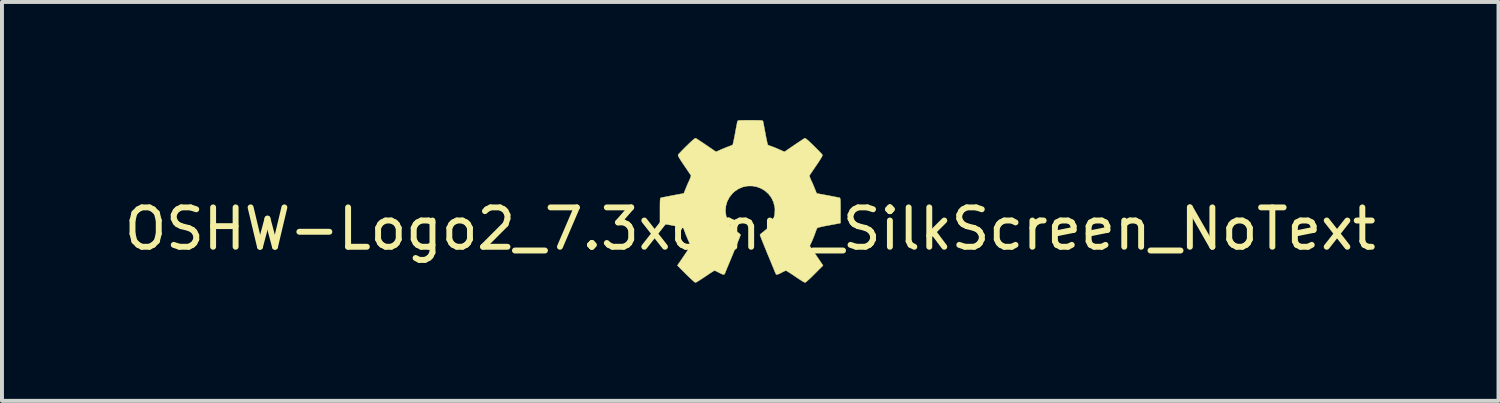
<source format=kicad_pcb>
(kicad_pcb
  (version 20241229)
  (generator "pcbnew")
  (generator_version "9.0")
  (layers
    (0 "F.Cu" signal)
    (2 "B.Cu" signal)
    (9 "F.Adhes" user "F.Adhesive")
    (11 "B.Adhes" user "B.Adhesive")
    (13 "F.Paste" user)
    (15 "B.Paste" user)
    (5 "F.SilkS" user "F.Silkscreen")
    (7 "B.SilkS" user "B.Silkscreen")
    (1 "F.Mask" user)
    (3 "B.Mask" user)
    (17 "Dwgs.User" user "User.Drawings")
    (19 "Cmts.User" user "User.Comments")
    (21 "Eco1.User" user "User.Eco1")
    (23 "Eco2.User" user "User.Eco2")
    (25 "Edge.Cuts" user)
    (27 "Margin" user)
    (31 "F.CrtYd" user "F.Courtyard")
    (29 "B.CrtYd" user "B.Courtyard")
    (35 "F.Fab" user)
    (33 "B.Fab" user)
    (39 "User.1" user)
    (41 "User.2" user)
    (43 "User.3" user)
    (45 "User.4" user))
  (footprint "OSHW-Logo2_7.3x6mm_SilkScreen_NoText"
    (layer "F.Cu")
    (at 16.006 2.763)
    (property "Reference" "OSHW-Logo2_7.3x6mm_SilkScreen_NoText" (at 0 0 0) (layer "F.SilkS") (effects (font (size 1 1) (thickness 0.15))))
    (attr exclude_from_pos_files exclude_from_bom)
    (fp_poly (pts (xy 0.104 -2.758) (xy 0.182 -2.757) (xy 0.239 -2.756) (xy 0.278 -2.754) (xy 0.303 -2.75) (xy 0.316 -2.744) (xy 0.323 -2.737) (xy 0.326 -2.726) (xy 0.327 -2.725) (xy 0.332 -2.701) (xy 0.341 -2.653) (xy 0.353 -2.587) (xy 0.368 -2.508) (xy 0.385 -2.42) (xy 0.385 -2.417) (xy 0.401 -2.331) (xy 0.417 -2.255) (xy 0.43 -2.194) (xy 0.44 -2.152) (xy 0.446 -2.133) (xy 0.447 -2.133) (xy 0.465 -2.124) (xy 0.502 -2.109) (xy 0.551 -2.091) (xy 0.552 -2.091) (xy 0.613 -2.068) (xy 0.686 -2.038) (xy 0.754 -2.008) (xy 0.757 -2.007) (xy 0.869 -1.956) (xy 1.115 -2.125) (xy 1.191 -2.176) (xy 1.26 -2.222) (xy 1.317 -2.26) (xy 1.359 -2.287) (xy 1.383 -2.301) (xy 1.385 -2.302) (xy 1.402 -2.298) (xy 1.434 -2.275) (xy 1.481 -2.235) (xy 1.546 -2.174) (xy 1.612 -2.11) (xy 1.676 -2.046) (xy 1.733 -1.989) (xy 1.78 -1.94) (xy 1.814 -1.904) (xy 1.83 -1.884) (xy 1.831 -1.883) (xy 1.833 -1.869) (xy 1.826 -1.847) (xy 1.809 -1.814) (xy 1.779 -1.765) (xy 1.737 -1.699) (xy 1.679 -1.614) (xy 1.629 -1.54) (xy 1.583 -1.473) (xy 1.546 -1.417) (xy 1.519 -1.378) (xy 1.506 -1.357) (xy 1.505 -1.356) (xy 1.507 -1.336) (xy 1.519 -1.298) (xy 1.54 -1.248) (xy 1.547 -1.232) (xy 1.58 -1.162) (xy 1.614 -1.082) (xy 1.642 -1.012) (xy 1.663 -0.961) (xy 1.679 -0.922) (xy 1.688 -0.901) (xy 1.689 -0.9) (xy 1.706 -0.897) (xy 1.746 -0.89) (xy 1.804 -0.879) (xy 1.875 -0.866) (xy 1.952 -0.852) (xy 2.032 -0.837) (xy 2.107 -0.822) (xy 2.174 -0.809) (xy 2.227 -0.799) (xy 2.26 -0.792) (xy 2.268 -0.79) (xy 2.276 -0.785) (xy 2.283 -0.774) (xy 2.287 -0.754) (xy 2.29 -0.72) (xy 2.292 -0.67) (xy 2.293 -0.599) (xy 2.293 -0.504) (xy 2.293 -0.465) (xy 2.293 -0.147) (xy 2.217 -0.132) (xy 2.175 -0.124) (xy 2.111 -0.112) (xy 2.035 -0.098) (xy 1.953 -0.083) (xy 1.93 -0.079) (xy 1.855 -0.064) (xy 1.789 -0.049) (xy 1.738 -0.037) (xy 1.709 -0.027) (xy 1.704 -0.024) (xy 1.691 -0.003) (xy 1.674 0.038) (xy 1.655 0.09) (xy 1.651 0.102) (xy 1.625 0.172) (xy 1.594 0.25) (xy 1.563 0.321) (xy 1.563 0.322) (xy 1.511 0.433) (xy 1.68 0.681) (xy 1.849 0.93) (xy 1.632 1.147) (xy 1.567 1.212) (xy 1.507 1.269) (xy 1.456 1.315) (xy 1.418 1.348) (xy 1.396 1.363) (xy 1.392 1.364) (xy 1.374 1.356) (xy 1.335 1.335) (xy 1.281 1.301) (xy 1.216 1.259) (xy 1.146 1.212) (xy 1.075 1.164) (xy 1.011 1.122) (xy 0.959 1.089) (xy 0.923 1.067) (xy 0.907 1.06) (xy 0.887 1.066) (xy 0.85 1.083) (xy 0.803 1.107) (xy 0.798 1.11) (xy 0.734 1.142) (xy 0.69 1.158) (xy 0.663 1.158) (xy 0.649 1.143) (xy 0.649 1.143) (xy 0.642 1.126) (xy 0.625 1.085) (xy 0.6 1.024) (xy 0.567 0.945) (xy 0.529 0.852) (xy 0.486 0.748) (xy 0.444 0.648) (xy 0.399 0.537) (xy 0.357 0.434) (xy 0.32 0.342) (xy 0.289 0.265) (xy 0.266 0.206) (xy 0.251 0.167) (xy 0.247 0.153) (xy 0.258 0.136) (xy 0.287 0.11) (xy 0.326 0.081) (xy 0.437 -0.011) (xy 0.523 -0.116) (xy 0.585 -0.233) (xy 0.62 -0.358) (xy 0.628 -0.49) (xy 0.622 -0.552) (xy 0.591 -0.678) (xy 0.538 -0.79) (xy 0.466 -0.886) (xy 0.378 -0.965) (xy 0.278 -1.026) (xy 0.168 -1.067) (xy 0.053 -1.089) (xy -0.065 -1.088) (xy -0.181 -1.066) (xy -0.294 -1.019) (xy -0.4 -0.948) (xy -0.444 -0.908) (xy -0.528 -0.805) (xy -0.587 -0.692) (xy -0.62 -0.573) (xy -0.629 -0.451) (xy -0.613 -0.329) (xy -0.573 -0.211) (xy -0.51 -0.1) (xy -0.423 0.002) (xy -0.326 0.081) (xy -0.286 0.111) (xy -0.257 0.137) (xy -0.247 0.153) (xy -0.252 0.17) (xy -0.267 0.21) (xy -0.291 0.272) (xy -0.323 0.35) (xy -0.36 0.443) (xy -0.403 0.546) (xy -0.444 0.648) (xy -0.49 0.759) (xy -0.533 0.862) (xy -0.571 0.953) (xy -0.603 1.03) (xy -0.627 1.09) (xy -0.643 1.129) (xy -0.649 1.143) (xy -0.663 1.158) (xy -0.69 1.158) (xy -0.734 1.142) (xy -0.797 1.11) (xy -0.798 1.11) (xy -0.845 1.085) (xy -0.884 1.067) (xy -0.906 1.06) (xy -0.907 1.06) (xy -0.923 1.067) (xy -0.96 1.089) (xy -1.012 1.122) (xy -1.075 1.164) (xy -1.146 1.212) (xy -1.218 1.26) (xy -1.283 1.302) (xy -1.336 1.335) (xy -1.374 1.357) (xy -1.392 1.364) (xy -1.409 1.354) (xy -1.443 1.327) (xy -1.49 1.284) (xy -1.547 1.231) (xy -1.612 1.168) (xy -1.633 1.147) (xy -1.85 0.93) (xy -1.684 0.687) (xy -1.634 0.613) (xy -1.59 0.546) (xy -1.555 0.491) (xy -1.53 0.451) (xy -1.519 0.43) (xy -1.519 0.429) (xy -1.525 0.409) (xy -1.54 0.37) (xy -1.562 0.317) (xy -1.578 0.282) (xy -1.607 0.215) (xy -1.635 0.147) (xy -1.656 0.09) (xy -1.662 0.073) (xy -1.679 0.026) (xy -1.695 -0.01) (xy -1.704 -0.024) (xy -1.723 -0.032) (xy -1.766 -0.044) (xy -1.826 -0.058) (xy -1.898 -0.073) (xy -1.93 -0.079) (xy -2.012 -0.094) (xy -2.091 -0.108) (xy -2.159 -0.121) (xy -2.208 -0.13) (xy -2.217 -0.132) (xy -2.293 -0.147) (xy -2.293 -0.465) (xy -2.293 -0.569) (xy -2.292 -0.648) (xy -2.291 -0.705) (xy -2.288 -0.744) (xy -2.284 -0.769) (xy -2.279 -0.782) (xy -2.271 -0.789) (xy -2.268 -0.79) (xy -2.249 -0.794) (xy -2.207 -0.802) (xy -2.148 -0.814) (xy -2.077 -0.828) (xy -1.999 -0.843) (xy -1.92 -0.858) (xy -1.845 -0.872) (xy -1.779 -0.884) (xy -1.727 -0.894) (xy -1.696 -0.899) (xy -1.689 -0.9) (xy -1.683 -0.912) (xy -1.669 -0.946) (xy -1.65 -0.994) (xy -1.642 -1.012) (xy -1.613 -1.085) (xy -1.578 -1.165) (xy -1.547 -1.232) (xy -1.525 -1.284) (xy -1.51 -1.326) (xy -1.504 -1.352) (xy -1.505 -1.356) (xy -1.516 -1.372) (xy -1.54 -1.409) (xy -1.576 -1.461) (xy -1.62 -1.526) (xy -1.67 -1.6) (xy -1.68 -1.614) (xy -1.738 -1.7) (xy -1.78 -1.766) (xy -1.809 -1.814) (xy -1.826 -1.847) (xy -1.833 -1.869) (xy -1.831 -1.883) (xy -1.831 -1.883) (xy -1.816 -1.901) (xy -1.785 -1.935) (xy -1.739 -1.983) (xy -1.683 -2.04) (xy -1.62 -2.103) (xy -1.612 -2.11) (xy -1.533 -2.187) (xy -1.471 -2.244) (xy -1.427 -2.281) (xy -1.398 -2.3) (xy -1.385 -2.302) (xy -1.367 -2.292) (xy -1.328 -2.267) (xy -1.274 -2.231) (xy -1.207 -2.187) (xy -1.133 -2.137) (xy -1.115 -2.125) (xy -0.869 -1.956) (xy -0.757 -2.007) (xy -0.69 -2.036) (xy -0.617 -2.066) (xy -0.554 -2.09) (xy -0.552 -2.091) (xy -0.503 -2.109) (xy -0.465 -2.124) (xy -0.447 -2.133) (xy -0.447 -2.133) (xy -0.441 -2.149) (xy -0.431 -2.19) (xy -0.418 -2.25) (xy -0.403 -2.325) (xy -0.386 -2.41) (xy -0.385 -2.417) (xy -0.369 -2.505) (xy -0.354 -2.585) (xy -0.341 -2.651) (xy -0.332 -2.7) (xy -0.327 -2.725) (xy -0.327 -2.725) (xy -0.323 -2.736) (xy -0.317 -2.744) (xy -0.305 -2.75) (xy -0.281 -2.753) (xy -0.244 -2.756) (xy -0.19 -2.757) (xy -0.114 -2.758) (xy -0.013 -2.758) (xy 0 -2.758) (xy 0.104 -2.758)) (stroke (width 0.01) (type solid)) (fill yes) (layer "F.SilkS")))
  (gr_rect
    (start -3 -3)
    (end 35.012 7.132)
    (stroke (width 0.1) (type default))
    (fill no)
    (layer "Edge.Cuts")))
</source>
